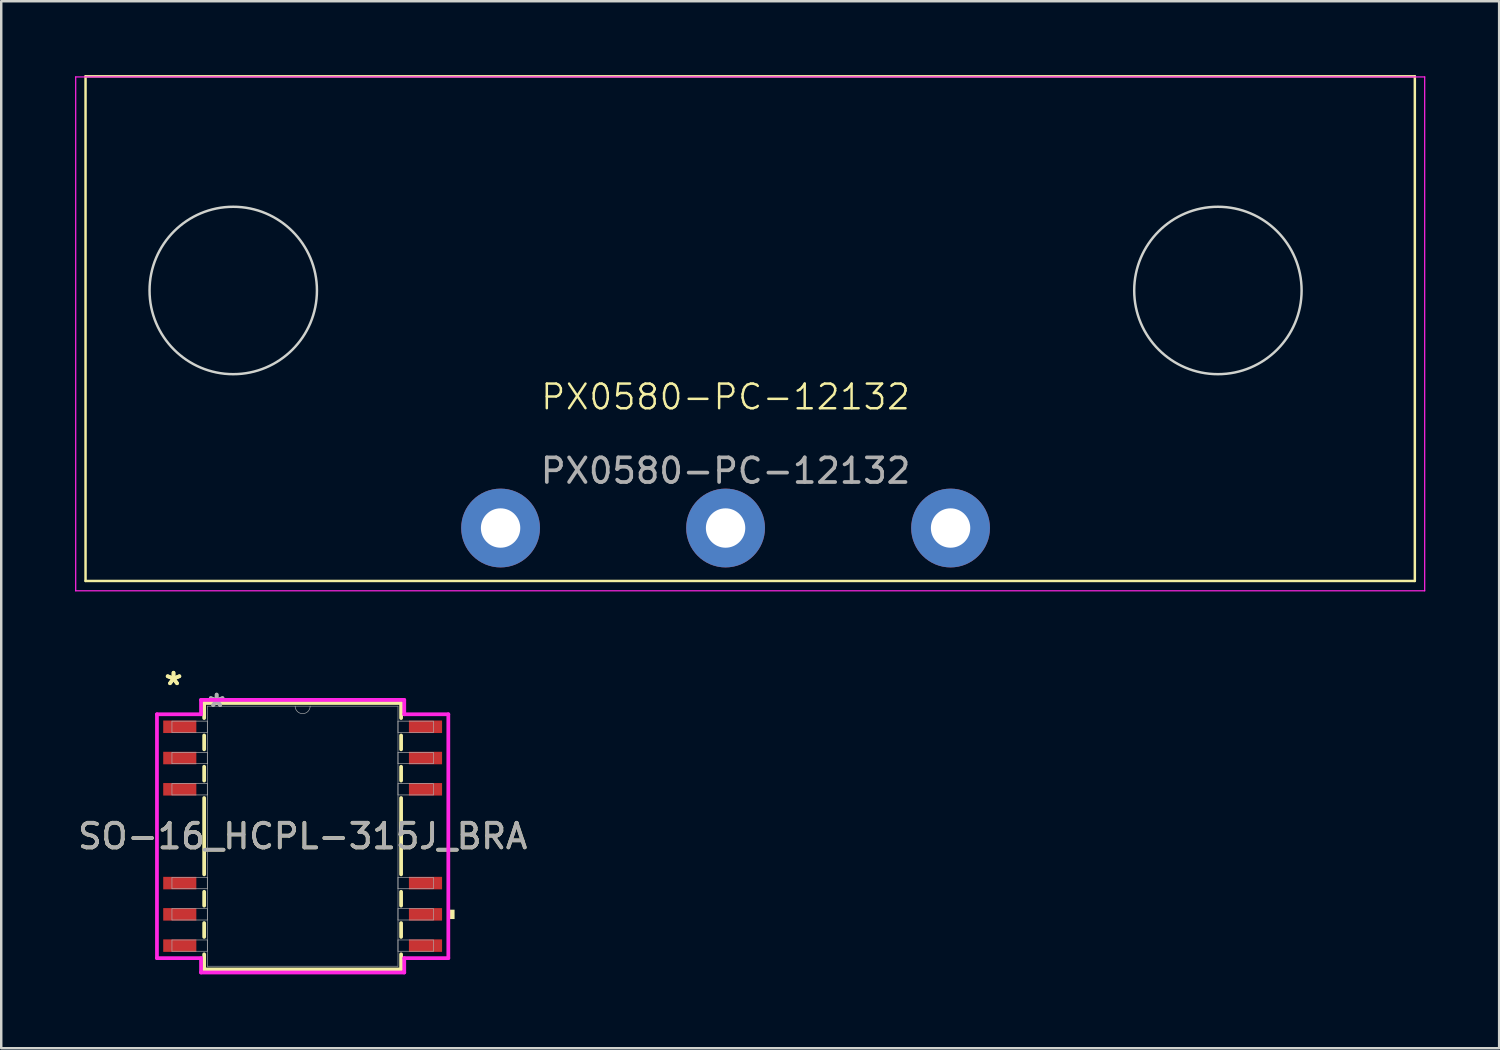
<source format=kicad_pcb>
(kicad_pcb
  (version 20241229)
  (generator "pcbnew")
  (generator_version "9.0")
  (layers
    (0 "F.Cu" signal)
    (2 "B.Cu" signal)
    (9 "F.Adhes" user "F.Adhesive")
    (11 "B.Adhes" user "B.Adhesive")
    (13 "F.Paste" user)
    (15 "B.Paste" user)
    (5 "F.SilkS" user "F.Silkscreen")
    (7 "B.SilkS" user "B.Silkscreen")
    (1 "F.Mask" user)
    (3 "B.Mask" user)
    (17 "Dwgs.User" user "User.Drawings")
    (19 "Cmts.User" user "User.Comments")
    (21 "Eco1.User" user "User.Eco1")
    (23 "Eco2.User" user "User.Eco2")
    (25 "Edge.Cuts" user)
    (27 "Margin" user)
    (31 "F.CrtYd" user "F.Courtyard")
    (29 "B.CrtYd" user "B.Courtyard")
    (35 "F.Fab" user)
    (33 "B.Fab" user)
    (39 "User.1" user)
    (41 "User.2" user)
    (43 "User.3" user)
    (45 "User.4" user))
  (footprint "PX0580-PC-12132"
    (layer "F.Cu")
    (at 26.425 13.575)
    (property "Reference" "PX0580-PC-12132" (at 0 -0.5 0) (unlocked yes) (layer "F.SilkS") (effects (font (size 1 1) (thickness 0.1))))
    (attr through_hole)
    (fp_line (start -26 -13.525) (end 28 -13.525) (stroke (width 0.1) (type default)) (layer "F.SilkS"))
    (fp_line (start -26 6.975) (end -26 -13.525) (stroke (width 0.1) (type default)) (layer "F.SilkS"))
    (fp_line (start 28 -13.525) (end 28 6.975) (stroke (width 0.1) (type default)) (layer "F.SilkS"))
    (fp_line (start 28 6.975) (end -26 6.975) (stroke (width 0.1) (type default)) (layer "F.SilkS"))
    (fp_circle (center -20 -4.825) (end -16.6 -4.825) (stroke (width 0.1) (type default)) (fill no) (layer "Edge.Cuts"))
    (fp_circle (center 20 -4.825) (end 23.4 -4.825) (stroke (width 0.1) (type default)) (fill no) (layer "Edge.Cuts"))
    (fp_line (start -26.4 -13.5) (end -26.4 7.375) (stroke (width 0.05) (type default)) (layer "F.CrtYd"))
    (fp_line (start -26.4 7.375) (end 28.4 7.375) (stroke (width 0.05) (type default)) (layer "F.CrtYd"))
    (fp_line (start 28.4 -13.5) (end -26.4 -13.5) (stroke (width 0.05) (type default)) (layer "F.CrtYd"))
    (fp_line (start 28.4 7.375) (end 28.4 -13.5) (stroke (width 0.05) (type default)) (layer "F.CrtYd"))
    (fp_text user "${REFERENCE}" (at 0 2.5 0) (unlocked yes) (layer "F.Fab") (effects (font (size 1 1) (thickness 0.15))))
    (pad "1" thru_hole circle (at -9.14 4.825) (size 3.2 3.2) (drill 1.6) (layers "*.Cu" "*.Mask"))
    (pad "2" thru_hole circle (at 0 4.825) (size 3.2 3.2) (drill 1.6) (layers "*.Cu" "*.Mask"))
    (pad "3" thru_hole circle (at 9.14 4.825) (size 3.2 3.2) (drill 1.6) (layers "*.Cu" "*.Mask")))
  (footprint "SO-16_HCPL-315J_BRA"
    (layer "F.Cu")
    (at 9.244 30.919)
    (property "Reference" "SO-16_HCPL-315J_BRA" (at 0 0 0) (unlocked yes) (layer "F.SilkS") (effects (font (size 1 1) (thickness 0.15))))
    (attr smd)
    (fp_line (start -4 -5.41) (end -4 -4.799) (stroke (width 0.152) (type solid)) (layer "F.SilkS"))
    (fp_line (start -4 -4.091) (end -4 -3.529) (stroke (width 0.152) (type solid)) (layer "F.SilkS"))
    (fp_line (start -4 -2.821) (end -4 -2.259) (stroke (width 0.152) (type solid)) (layer "F.SilkS"))
    (fp_line (start -4 -1.551) (end -4 1.551) (stroke (width 0.152) (type solid)) (layer "F.SilkS"))
    (fp_line (start -4 2.259) (end -4 2.821) (stroke (width 0.152) (type solid)) (layer "F.SilkS"))
    (fp_line (start -4 3.529) (end -4 4.091) (stroke (width 0.152) (type solid)) (layer "F.SilkS"))
    (fp_line (start -4 4.799) (end -4 5.41) (stroke (width 0.152) (type solid)) (layer "F.SilkS"))
    (fp_line (start -4 5.41) (end 4 5.41) (stroke (width 0.152) (type solid)) (layer "F.SilkS"))
    (fp_line (start 4 -5.41) (end -4 -5.41) (stroke (width 0.152) (type solid)) (layer "F.SilkS"))
    (fp_line (start 4 -4.799) (end 4 -5.41) (stroke (width 0.152) (type solid)) (layer "F.SilkS"))
    (fp_line (start 4 -3.529) (end 4 -4.091) (stroke (width 0.152) (type solid)) (layer "F.SilkS"))
    (fp_line (start 4 -2.259) (end 4 -2.821) (stroke (width 0.152) (type solid)) (layer "F.SilkS"))
    (fp_line (start 4 1.551) (end 4 -1.551) (stroke (width 0.152) (type solid)) (layer "F.SilkS"))
    (fp_line (start 4 2.821) (end 4 2.259) (stroke (width 0.152) (type solid)) (layer "F.SilkS"))
    (fp_line (start 4 4.091) (end 4 3.529) (stroke (width 0.152) (type solid)) (layer "F.SilkS"))
    (fp_line (start 4 5.41) (end 4 4.799) (stroke (width 0.152) (type solid)) (layer "F.SilkS"))
    (fp_poly (pts (xy 6.172 2.985) (xy 6.172 3.365) (xy 5.918 3.365) (xy 5.918 2.985)) (stroke (width 0) (type solid)) (fill yes) (layer "F.SilkS"))
    (fp_line (start -5.918 -4.953) (end -4.128 -4.953) (stroke (width 0.152) (type solid)) (layer "F.CrtYd"))
    (fp_line (start -5.918 4.953) (end -5.918 -4.953) (stroke (width 0.152) (type solid)) (layer "F.CrtYd"))
    (fp_line (start -5.918 4.953) (end -4.128 4.953) (stroke (width 0.152) (type solid)) (layer "F.CrtYd"))
    (fp_line (start -4.128 -5.537) (end 4.128 -5.537) (stroke (width 0.152) (type solid)) (layer "F.CrtYd"))
    (fp_line (start -4.128 -4.953) (end -4.128 -5.537) (stroke (width 0.152) (type solid)) (layer "F.CrtYd"))
    (fp_line (start -4.128 5.537) (end -4.128 4.953) (stroke (width 0.152) (type solid)) (layer "F.CrtYd"))
    (fp_line (start 4.128 -5.537) (end 4.128 -4.953) (stroke (width 0.152) (type solid)) (layer "F.CrtYd"))
    (fp_line (start 4.128 4.953) (end 4.128 5.537) (stroke (width 0.152) (type solid)) (layer "F.CrtYd"))
    (fp_line (start 4.128 5.537) (end -4.128 5.537) (stroke (width 0.152) (type solid)) (layer "F.CrtYd"))
    (fp_line (start 5.918 -4.953) (end 4.128 -4.953) (stroke (width 0.152) (type solid)) (layer "F.CrtYd"))
    (fp_line (start 5.918 -4.953) (end 5.918 4.953) (stroke (width 0.152) (type solid)) (layer "F.CrtYd"))
    (fp_line (start 5.918 4.953) (end 4.128 4.953) (stroke (width 0.152) (type solid)) (layer "F.CrtYd"))
    (fp_line (start -5.309 -4.674) (end -5.309 -4.216) (stroke (width 0.025) (type solid)) (layer "F.Fab"))
    (fp_line (start -5.309 -4.216) (end -3.873 -4.216) (stroke (width 0.025) (type solid)) (layer "F.Fab"))
    (fp_line (start -5.309 -3.404) (end -5.309 -2.946) (stroke (width 0.025) (type solid)) (layer "F.Fab"))
    (fp_line (start -5.309 -2.946) (end -3.873 -2.946) (stroke (width 0.025) (type solid)) (layer "F.Fab"))
    (fp_line (start -5.309 -2.134) (end -5.309 -1.676) (stroke (width 0.025) (type solid)) (layer "F.Fab"))
    (fp_line (start -5.309 -1.676) (end -3.873 -1.676) (stroke (width 0.025) (type solid)) (layer "F.Fab"))
    (fp_line (start -5.309 1.676) (end -5.309 2.134) (stroke (width 0.025) (type solid)) (layer "F.Fab"))
    (fp_line (start -5.309 2.134) (end -3.873 2.134) (stroke (width 0.025) (type solid)) (layer "F.Fab"))
    (fp_line (start -5.309 2.946) (end -5.309 3.404) (stroke (width 0.025) (type solid)) (layer "F.Fab"))
    (fp_line (start -5.309 3.404) (end -3.873 3.404) (stroke (width 0.025) (type solid)) (layer "F.Fab"))
    (fp_line (start -5.309 4.216) (end -5.309 4.674) (stroke (width 0.025) (type solid)) (layer "F.Fab"))
    (fp_line (start -5.309 4.674) (end -3.873 4.674) (stroke (width 0.025) (type solid)) (layer "F.Fab"))
    (fp_line (start -3.873 -5.283) (end -3.873 5.283) (stroke (width 0.025) (type solid)) (layer "F.Fab"))
    (fp_line (start -3.873 -4.674) (end -5.309 -4.674) (stroke (width 0.025) (type solid)) (layer "F.Fab"))
    (fp_line (start -3.873 -4.216) (end -3.873 -4.674) (stroke (width 0.025) (type solid)) (layer "F.Fab"))
    (fp_line (start -3.873 -3.404) (end -5.309 -3.404) (stroke (width 0.025) (type solid)) (layer "F.Fab"))
    (fp_line (start -3.873 -2.946) (end -3.873 -3.404) (stroke (width 0.025) (type solid)) (layer "F.Fab"))
    (fp_line (start -3.873 -2.134) (end -5.309 -2.134) (stroke (width 0.025) (type solid)) (layer "F.Fab"))
    (fp_line (start -3.873 -1.676) (end -3.873 -2.134) (stroke (width 0.025) (type solid)) (layer "F.Fab"))
    (fp_line (start -3.873 1.676) (end -5.309 1.676) (stroke (width 0.025) (type solid)) (layer "F.Fab"))
    (fp_line (start -3.873 2.134) (end -3.873 1.676) (stroke (width 0.025) (type solid)) (layer "F.Fab"))
    (fp_line (start -3.873 2.946) (end -5.309 2.946) (stroke (width 0.025) (type solid)) (layer "F.Fab"))
    (fp_line (start -3.873 3.404) (end -3.873 2.946) (stroke (width 0.025) (type solid)) (layer "F.Fab"))
    (fp_line (start -3.873 4.216) (end -5.309 4.216) (stroke (width 0.025) (type solid)) (layer "F.Fab"))
    (fp_line (start -3.873 4.674) (end -3.873 4.216) (stroke (width 0.025) (type solid)) (layer "F.Fab"))
    (fp_line (start -3.873 5.283) (end 3.873 5.283) (stroke (width 0.025) (type solid)) (layer "F.Fab"))
    (fp_line (start 3.873 -5.283) (end -3.873 -5.283) (stroke (width 0.025) (type solid)) (layer "F.Fab"))
    (fp_line (start 3.873 -4.674) (end 3.873 -4.216) (stroke (width 0.025) (type solid)) (layer "F.Fab"))
    (fp_line (start 3.873 -4.216) (end 5.309 -4.216) (stroke (width 0.025) (type solid)) (layer "F.Fab"))
    (fp_line (start 3.873 -3.404) (end 3.873 -2.946) (stroke (width 0.025) (type solid)) (layer "F.Fab"))
    (fp_line (start 3.873 -2.946) (end 5.309 -2.946) (stroke (width 0.025) (type solid)) (layer "F.Fab"))
    (fp_line (start 3.873 -2.134) (end 3.873 -1.676) (stroke (width 0.025) (type solid)) (layer "F.Fab"))
    (fp_line (start 3.873 -1.676) (end 5.309 -1.676) (stroke (width 0.025) (type solid)) (layer "F.Fab"))
    (fp_line (start 3.873 1.676) (end 3.873 2.134) (stroke (width 0.025) (type solid)) (layer "F.Fab"))
    (fp_line (start 3.873 2.134) (end 5.309 2.134) (stroke (width 0.025) (type solid)) (layer "F.Fab"))
    (fp_line (start 3.873 2.946) (end 3.873 3.404) (stroke (width 0.025) (type solid)) (layer "F.Fab"))
    (fp_line (start 3.873 3.404) (end 5.309 3.404) (stroke (width 0.025) (type solid)) (layer "F.Fab"))
    (fp_line (start 3.873 4.216) (end 3.873 4.674) (stroke (width 0.025) (type solid)) (layer "F.Fab"))
    (fp_line (start 3.873 4.674) (end 5.309 4.674) (stroke (width 0.025) (type solid)) (layer "F.Fab"))
    (fp_line (start 3.873 5.283) (end 3.873 -5.283) (stroke (width 0.025) (type solid)) (layer "F.Fab"))
    (fp_line (start 5.309 -4.674) (end 3.873 -4.674) (stroke (width 0.025) (type solid)) (layer "F.Fab"))
    (fp_line (start 5.309 -4.216) (end 5.309 -4.674) (stroke (width 0.025) (type solid)) (layer "F.Fab"))
    (fp_line (start 5.309 -3.404) (end 3.873 -3.404) (stroke (width 0.025) (type solid)) (layer "F.Fab"))
    (fp_line (start 5.309 -2.946) (end 5.309 -3.404) (stroke (width 0.025) (type solid)) (layer "F.Fab"))
    (fp_line (start 5.309 -2.134) (end 3.873 -2.134) (stroke (width 0.025) (type solid)) (layer "F.Fab"))
    (fp_line (start 5.309 -1.676) (end 5.309 -2.134) (stroke (width 0.025) (type solid)) (layer "F.Fab"))
    (fp_line (start 5.309 1.676) (end 3.873 1.676) (stroke (width 0.025) (type solid)) (layer "F.Fab"))
    (fp_line (start 5.309 2.134) (end 5.309 1.676) (stroke (width 0.025) (type solid)) (layer "F.Fab"))
    (fp_line (start 5.309 2.946) (end 3.873 2.946) (stroke (width 0.025) (type solid)) (layer "F.Fab"))
    (fp_line (start 5.309 3.404) (end 5.309 2.946) (stroke (width 0.025) (type solid)) (layer "F.Fab"))
    (fp_line (start 5.309 4.216) (end 3.873 4.216) (stroke (width 0.025) (type solid)) (layer "F.Fab"))
    (fp_line (start 5.309 4.674) (end 5.309 4.216) (stroke (width 0.025) (type solid)) (layer "F.Fab"))
    (fp_arc (start 0.3048 -5.2832) (mid 0 -4.9784) (end -0.3048 -5.2832) (stroke (width 0.0254) (type solid)) (layer "F.Fab"))
    (fp_text user "*" (at -5.245 -6.096 0) (unlocked yes) (layer "F.SilkS") (effects (font (size 1 1) (thickness 0.15))))
    (fp_text user "*" (at -5.245 -6.096 0) (layer "F.SilkS") (effects (font (size 1 1) (thickness 0.15))))
    (fp_text user "*" (at -3.493 -5.207 0) (unlocked yes) (layer "F.Fab") (effects (font (size 1 1) (thickness 0.15))))
    (fp_text user "*" (at -3.493 -5.207 0) (layer "F.Fab") (effects (font (size 1 1) (thickness 0.15))))
    (fp_text user "${REFERENCE}" (at 0 0 0) (unlocked yes) (layer "F.Fab") (effects (font (size 1 1) (thickness 0.15))))
    (pad "1" smd rect (at -4.991 -4.445) (size 1.346 0.508) (layers "F.Cu" "F.Mask" "F.Paste"))
    (pad "2" smd rect (at -4.991 -3.175) (size 1.346 0.508) (layers "F.Cu" "F.Mask" "F.Paste"))
    (pad "3" smd rect (at -4.991 -1.905) (size 1.346 0.508) (layers "F.Cu" "F.Mask" "F.Paste"))
    (pad "6" smd rect (at -4.991 1.905) (size 1.346 0.508) (layers "F.Cu" "F.Mask" "F.Paste"))
    (pad "7" smd rect (at -4.991 3.175) (size 1.346 0.508) (layers "F.Cu" "F.Mask" "F.Paste"))
    (pad "8" smd rect (at -4.991 4.445) (size 1.346 0.508) (layers "F.Cu" "F.Mask" "F.Paste"))
    (pad "9" smd rect (at 4.991 4.445) (size 1.346 0.508) (layers "F.Cu" "F.Mask" "F.Paste"))
    (pad "10" smd rect (at 4.991 3.175) (size 1.346 0.508) (layers "F.Cu" "F.Mask" "F.Paste"))
    (pad "11" smd rect (at 4.991 1.905) (size 1.346 0.508) (layers "F.Cu" "F.Mask" "F.Paste"))
    (pad "14" smd rect (at 4.991 -1.905) (size 1.346 0.508) (layers "F.Cu" "F.Mask" "F.Paste"))
    (pad "15" smd rect (at 4.991 -3.175) (size 1.346 0.508) (layers "F.Cu" "F.Mask" "F.Paste"))
    (pad "16" smd rect (at 4.991 -4.445) (size 1.346 0.508) (layers "F.Cu" "F.Mask" "F.Paste")))
  (gr_rect
    (start -3 -3)
    (end 57.85 39.533)
    (stroke (width 0.1) (type default))
    (fill no)
    (layer "Edge.Cuts")))
</source>
